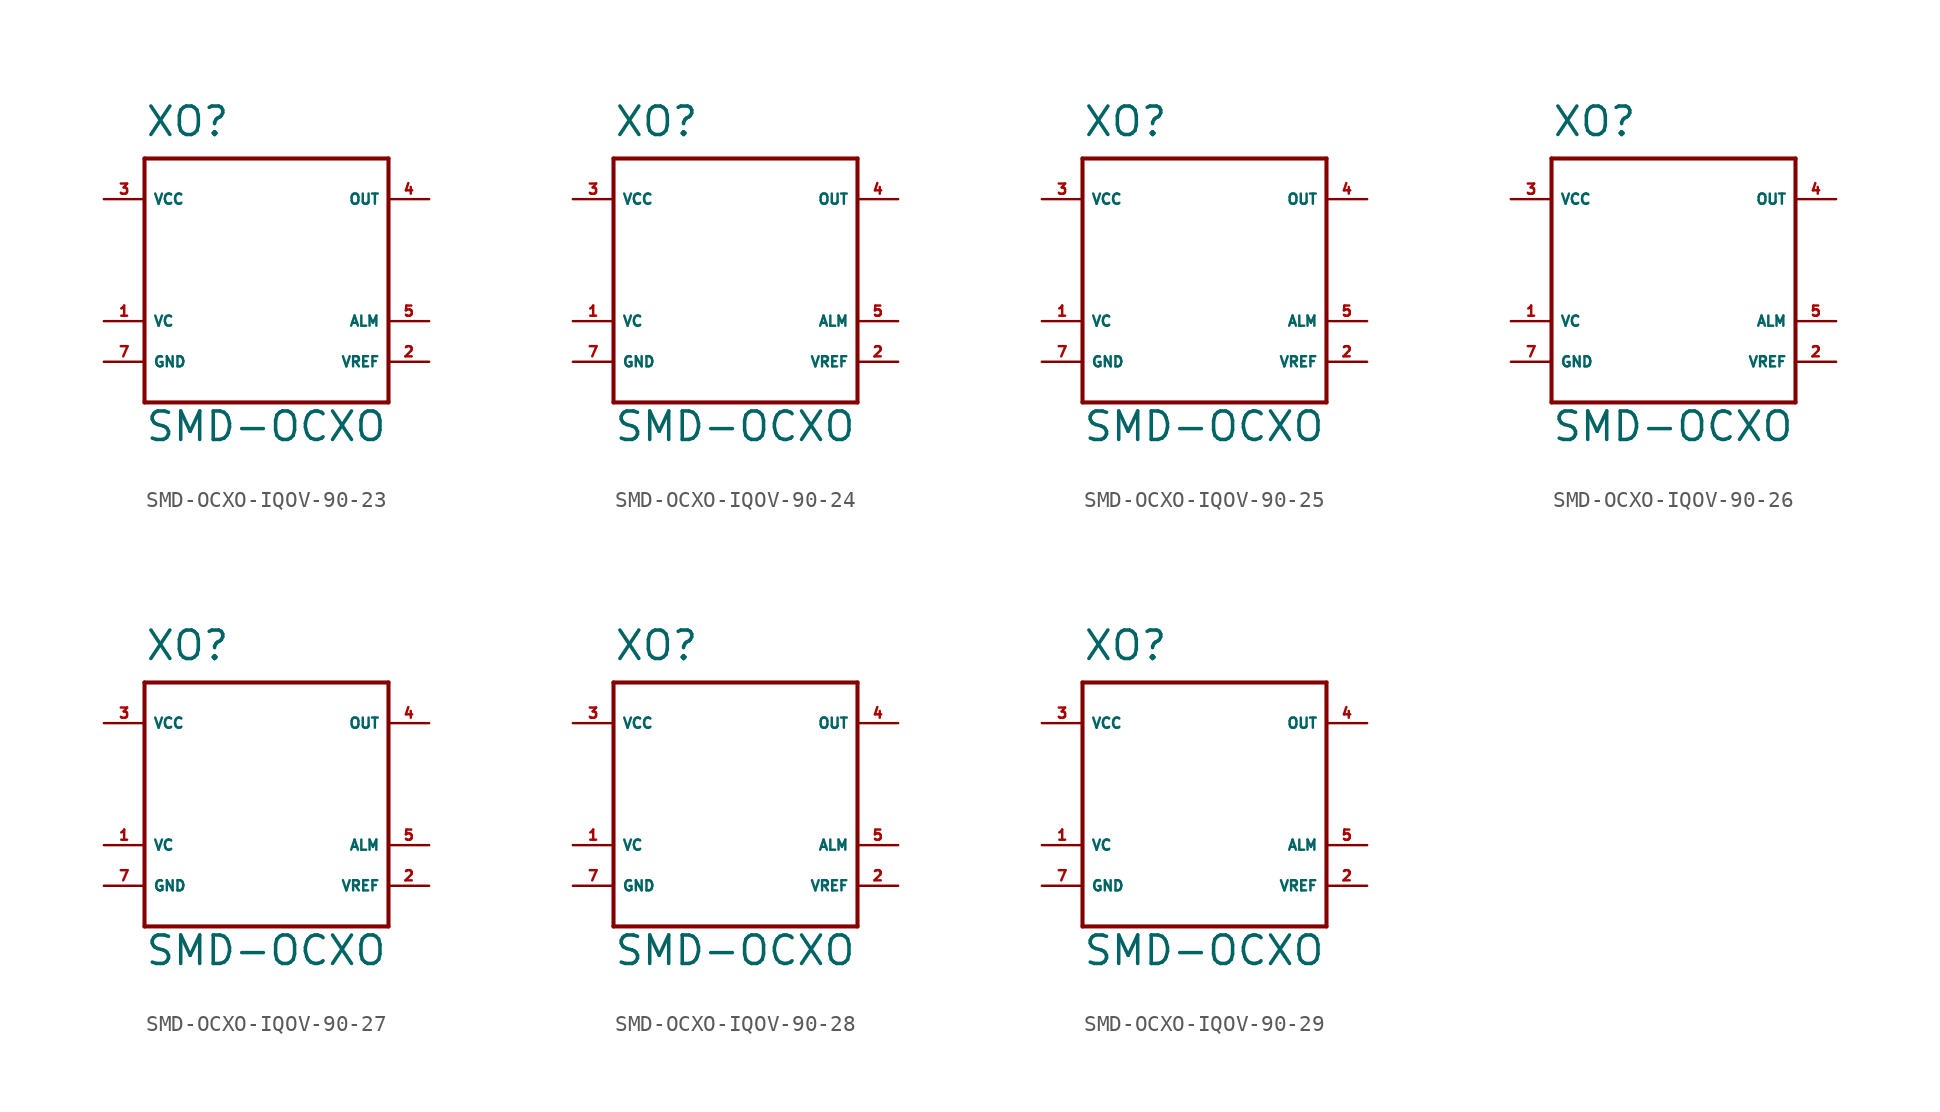
<source format=kicad_sym>
(kicad_symbol_lib
  (version 20220914)
  (generator Eagle2Kicad)
  (symbol "SMD-OCXO-IQOV-90-23"
    (property "Reference" "XO"
      (at -7.62 6.35 0)
      (effects (font (size 1.778 1.778) (thickness 0.22)) (justify left bottom)))
    (property "Value" "SMD-OCXO"
      (at -7.62 -12.7 0)
      (effects (font (size 1.778 1.778) (thickness 0.22)) (justify left bottom)))
    (polyline
      (pts (xy -7.62 5.08) (xy -7.62 -10.16))
      (stroke (width 0.254) (type default))
      (fill (type none)))
    (polyline
      (pts (xy -7.62 -10.16) (xy 7.62 -10.16))
      (stroke (width 0.254) (type default))
      (fill (type none)))
    (polyline
      (pts (xy 7.62 -10.16) (xy 7.62 5.08))
      (stroke (width 0.254) (type default))
      (fill (type none)))
    (polyline
      (pts (xy 7.62 5.08) (xy -7.62 5.08))
      (stroke (width 0.254) (type default))
      (fill (type none)))
    (pin unspecified line
      (at -10.16 2.54 0)
      (length 2.54)
      (name "VCC" (effects (font (size 0.635 0.635) (thickness 0.08)) (justify left bottom)))
      (number "3" (effects (font (size 0.635 0.635) (thickness 0.08)) (justify left bottom))))
    (pin output line
      (at 10.16 -7.62 180)
      (length 2.54)
      (name "VREF" (effects (font (size 0.635 0.635) (thickness 0.08)) (justify left bottom)))
      (number "2" (effects (font (size 0.635 0.635) (thickness 0.08)) (justify left bottom))))
    (pin output line
      (at 10.16 2.54 180)
      (length 2.54)
      (name "OUT" (effects (font (size 0.635 0.635) (thickness 0.08)) (justify left bottom)))
      (number "4" (effects (font (size 0.635 0.635) (thickness 0.08)) (justify left bottom))))
    (pin input line
      (at -10.16 -5.08 0)
      (length 2.54)
      (name "VC" (effects (font (size 0.635 0.635) (thickness 0.08)) (justify left bottom)))
      (number "1" (effects (font (size 0.635 0.635) (thickness 0.08)) (justify left bottom))))
    (pin unspecified line
      (at -10.16 -7.62 0)
      (length 2.54)
      (name "GND" (effects (font (size 0.635 0.635) (thickness 0.08)) (justify left bottom)))
      (number "7" (effects (font (size 0.635 0.635) (thickness 0.08)) (justify left bottom))))
    (pin output line
      (at 10.16 -5.08 180)
      (length 2.54)
      (name "ALM" (effects (font (size 0.635 0.635) (thickness 0.08)) (justify left bottom)))
      (number "5" (effects (font (size 0.635 0.635) (thickness 0.08)) (justify left bottom)))))
  (symbol "SMD-OCXO-IQOV-90-24"
    (property "Reference" "XO"
      (at -7.62 6.35 0)
      (effects (font (size 1.778 1.778) (thickness 0.22)) (justify left bottom)))
    (property "Value" "SMD-OCXO"
      (at -7.62 -12.7 0)
      (effects (font (size 1.778 1.778) (thickness 0.22)) (justify left bottom)))
    (polyline
      (pts (xy -7.62 5.08) (xy -7.62 -10.16))
      (stroke (width 0.254) (type default))
      (fill (type none)))
    (polyline
      (pts (xy -7.62 -10.16) (xy 7.62 -10.16))
      (stroke (width 0.254) (type default))
      (fill (type none)))
    (polyline
      (pts (xy 7.62 -10.16) (xy 7.62 5.08))
      (stroke (width 0.254) (type default))
      (fill (type none)))
    (polyline
      (pts (xy 7.62 5.08) (xy -7.62 5.08))
      (stroke (width 0.254) (type default))
      (fill (type none)))
    (pin unspecified line
      (at -10.16 2.54 0)
      (length 2.54)
      (name "VCC" (effects (font (size 0.635 0.635) (thickness 0.08)) (justify left bottom)))
      (number "3" (effects (font (size 0.635 0.635) (thickness 0.08)) (justify left bottom))))
    (pin output line
      (at 10.16 -7.62 180)
      (length 2.54)
      (name "VREF" (effects (font (size 0.635 0.635) (thickness 0.08)) (justify left bottom)))
      (number "2" (effects (font (size 0.635 0.635) (thickness 0.08)) (justify left bottom))))
    (pin output line
      (at 10.16 2.54 180)
      (length 2.54)
      (name "OUT" (effects (font (size 0.635 0.635) (thickness 0.08)) (justify left bottom)))
      (number "4" (effects (font (size 0.635 0.635) (thickness 0.08)) (justify left bottom))))
    (pin input line
      (at -10.16 -5.08 0)
      (length 2.54)
      (name "VC" (effects (font (size 0.635 0.635) (thickness 0.08)) (justify left bottom)))
      (number "1" (effects (font (size 0.635 0.635) (thickness 0.08)) (justify left bottom))))
    (pin unspecified line
      (at -10.16 -7.62 0)
      (length 2.54)
      (name "GND" (effects (font (size 0.635 0.635) (thickness 0.08)) (justify left bottom)))
      (number "7" (effects (font (size 0.635 0.635) (thickness 0.08)) (justify left bottom))))
    (pin output line
      (at 10.16 -5.08 180)
      (length 2.54)
      (name "ALM" (effects (font (size 0.635 0.635) (thickness 0.08)) (justify left bottom)))
      (number "5" (effects (font (size 0.635 0.635) (thickness 0.08)) (justify left bottom)))))
  (symbol "SMD-OCXO-IQOV-90-25"
    (property "Reference" "XO"
      (at -7.62 6.35 0)
      (effects (font (size 1.778 1.778) (thickness 0.22)) (justify left bottom)))
    (property "Value" "SMD-OCXO"
      (at -7.62 -12.7 0)
      (effects (font (size 1.778 1.778) (thickness 0.22)) (justify left bottom)))
    (polyline
      (pts (xy -7.62 5.08) (xy -7.62 -10.16))
      (stroke (width 0.254) (type default))
      (fill (type none)))
    (polyline
      (pts (xy -7.62 -10.16) (xy 7.62 -10.16))
      (stroke (width 0.254) (type default))
      (fill (type none)))
    (polyline
      (pts (xy 7.62 -10.16) (xy 7.62 5.08))
      (stroke (width 0.254) (type default))
      (fill (type none)))
    (polyline
      (pts (xy 7.62 5.08) (xy -7.62 5.08))
      (stroke (width 0.254) (type default))
      (fill (type none)))
    (pin unspecified line
      (at -10.16 2.54 0)
      (length 2.54)
      (name "VCC" (effects (font (size 0.635 0.635) (thickness 0.08)) (justify left bottom)))
      (number "3" (effects (font (size 0.635 0.635) (thickness 0.08)) (justify left bottom))))
    (pin output line
      (at 10.16 -7.62 180)
      (length 2.54)
      (name "VREF" (effects (font (size 0.635 0.635) (thickness 0.08)) (justify left bottom)))
      (number "2" (effects (font (size 0.635 0.635) (thickness 0.08)) (justify left bottom))))
    (pin output line
      (at 10.16 2.54 180)
      (length 2.54)
      (name "OUT" (effects (font (size 0.635 0.635) (thickness 0.08)) (justify left bottom)))
      (number "4" (effects (font (size 0.635 0.635) (thickness 0.08)) (justify left bottom))))
    (pin input line
      (at -10.16 -5.08 0)
      (length 2.54)
      (name "VC" (effects (font (size 0.635 0.635) (thickness 0.08)) (justify left bottom)))
      (number "1" (effects (font (size 0.635 0.635) (thickness 0.08)) (justify left bottom))))
    (pin unspecified line
      (at -10.16 -7.62 0)
      (length 2.54)
      (name "GND" (effects (font (size 0.635 0.635) (thickness 0.08)) (justify left bottom)))
      (number "7" (effects (font (size 0.635 0.635) (thickness 0.08)) (justify left bottom))))
    (pin output line
      (at 10.16 -5.08 180)
      (length 2.54)
      (name "ALM" (effects (font (size 0.635 0.635) (thickness 0.08)) (justify left bottom)))
      (number "5" (effects (font (size 0.635 0.635) (thickness 0.08)) (justify left bottom)))))
  (symbol "SMD-OCXO-IQOV-90-26"
    (property "Reference" "XO"
      (at -7.62 6.35 0)
      (effects (font (size 1.778 1.778) (thickness 0.22)) (justify left bottom)))
    (property "Value" "SMD-OCXO"
      (at -7.62 -12.7 0)
      (effects (font (size 1.778 1.778) (thickness 0.22)) (justify left bottom)))
    (polyline
      (pts (xy -7.62 5.08) (xy -7.62 -10.16))
      (stroke (width 0.254) (type default))
      (fill (type none)))
    (polyline
      (pts (xy -7.62 -10.16) (xy 7.62 -10.16))
      (stroke (width 0.254) (type default))
      (fill (type none)))
    (polyline
      (pts (xy 7.62 -10.16) (xy 7.62 5.08))
      (stroke (width 0.254) (type default))
      (fill (type none)))
    (polyline
      (pts (xy 7.62 5.08) (xy -7.62 5.08))
      (stroke (width 0.254) (type default))
      (fill (type none)))
    (pin unspecified line
      (at -10.16 2.54 0)
      (length 2.54)
      (name "VCC" (effects (font (size 0.635 0.635) (thickness 0.08)) (justify left bottom)))
      (number "3" (effects (font (size 0.635 0.635) (thickness 0.08)) (justify left bottom))))
    (pin output line
      (at 10.16 -7.62 180)
      (length 2.54)
      (name "VREF" (effects (font (size 0.635 0.635) (thickness 0.08)) (justify left bottom)))
      (number "2" (effects (font (size 0.635 0.635) (thickness 0.08)) (justify left bottom))))
    (pin output line
      (at 10.16 2.54 180)
      (length 2.54)
      (name "OUT" (effects (font (size 0.635 0.635) (thickness 0.08)) (justify left bottom)))
      (number "4" (effects (font (size 0.635 0.635) (thickness 0.08)) (justify left bottom))))
    (pin input line
      (at -10.16 -5.08 0)
      (length 2.54)
      (name "VC" (effects (font (size 0.635 0.635) (thickness 0.08)) (justify left bottom)))
      (number "1" (effects (font (size 0.635 0.635) (thickness 0.08)) (justify left bottom))))
    (pin unspecified line
      (at -10.16 -7.62 0)
      (length 2.54)
      (name "GND" (effects (font (size 0.635 0.635) (thickness 0.08)) (justify left bottom)))
      (number "7" (effects (font (size 0.635 0.635) (thickness 0.08)) (justify left bottom))))
    (pin output line
      (at 10.16 -5.08 180)
      (length 2.54)
      (name "ALM" (effects (font (size 0.635 0.635) (thickness 0.08)) (justify left bottom)))
      (number "5" (effects (font (size 0.635 0.635) (thickness 0.08)) (justify left bottom)))))
  (symbol "SMD-OCXO-IQOV-90-27"
    (property "Reference" "XO"
      (at -7.62 6.35 0)
      (effects (font (size 1.778 1.778) (thickness 0.22)) (justify left bottom)))
    (property "Value" "SMD-OCXO"
      (at -7.62 -12.7 0)
      (effects (font (size 1.778 1.778) (thickness 0.22)) (justify left bottom)))
    (polyline
      (pts (xy -7.62 5.08) (xy -7.62 -10.16))
      (stroke (width 0.254) (type default))
      (fill (type none)))
    (polyline
      (pts (xy -7.62 -10.16) (xy 7.62 -10.16))
      (stroke (width 0.254) (type default))
      (fill (type none)))
    (polyline
      (pts (xy 7.62 -10.16) (xy 7.62 5.08))
      (stroke (width 0.254) (type default))
      (fill (type none)))
    (polyline
      (pts (xy 7.62 5.08) (xy -7.62 5.08))
      (stroke (width 0.254) (type default))
      (fill (type none)))
    (pin unspecified line
      (at -10.16 2.54 0)
      (length 2.54)
      (name "VCC" (effects (font (size 0.635 0.635) (thickness 0.08)) (justify left bottom)))
      (number "3" (effects (font (size 0.635 0.635) (thickness 0.08)) (justify left bottom))))
    (pin output line
      (at 10.16 -7.62 180)
      (length 2.54)
      (name "VREF" (effects (font (size 0.635 0.635) (thickness 0.08)) (justify left bottom)))
      (number "2" (effects (font (size 0.635 0.635) (thickness 0.08)) (justify left bottom))))
    (pin output line
      (at 10.16 2.54 180)
      (length 2.54)
      (name "OUT" (effects (font (size 0.635 0.635) (thickness 0.08)) (justify left bottom)))
      (number "4" (effects (font (size 0.635 0.635) (thickness 0.08)) (justify left bottom))))
    (pin input line
      (at -10.16 -5.08 0)
      (length 2.54)
      (name "VC" (effects (font (size 0.635 0.635) (thickness 0.08)) (justify left bottom)))
      (number "1" (effects (font (size 0.635 0.635) (thickness 0.08)) (justify left bottom))))
    (pin unspecified line
      (at -10.16 -7.62 0)
      (length 2.54)
      (name "GND" (effects (font (size 0.635 0.635) (thickness 0.08)) (justify left bottom)))
      (number "7" (effects (font (size 0.635 0.635) (thickness 0.08)) (justify left bottom))))
    (pin output line
      (at 10.16 -5.08 180)
      (length 2.54)
      (name "ALM" (effects (font (size 0.635 0.635) (thickness 0.08)) (justify left bottom)))
      (number "5" (effects (font (size 0.635 0.635) (thickness 0.08)) (justify left bottom)))))
  (symbol "SMD-OCXO-IQOV-90-28"
    (property "Reference" "XO"
      (at -7.62 6.35 0)
      (effects (font (size 1.778 1.778) (thickness 0.22)) (justify left bottom)))
    (property "Value" "SMD-OCXO"
      (at -7.62 -12.7 0)
      (effects (font (size 1.778 1.778) (thickness 0.22)) (justify left bottom)))
    (polyline
      (pts (xy -7.62 5.08) (xy -7.62 -10.16))
      (stroke (width 0.254) (type default))
      (fill (type none)))
    (polyline
      (pts (xy -7.62 -10.16) (xy 7.62 -10.16))
      (stroke (width 0.254) (type default))
      (fill (type none)))
    (polyline
      (pts (xy 7.62 -10.16) (xy 7.62 5.08))
      (stroke (width 0.254) (type default))
      (fill (type none)))
    (polyline
      (pts (xy 7.62 5.08) (xy -7.62 5.08))
      (stroke (width 0.254) (type default))
      (fill (type none)))
    (pin unspecified line
      (at -10.16 2.54 0)
      (length 2.54)
      (name "VCC" (effects (font (size 0.635 0.635) (thickness 0.08)) (justify left bottom)))
      (number "3" (effects (font (size 0.635 0.635) (thickness 0.08)) (justify left bottom))))
    (pin output line
      (at 10.16 -7.62 180)
      (length 2.54)
      (name "VREF" (effects (font (size 0.635 0.635) (thickness 0.08)) (justify left bottom)))
      (number "2" (effects (font (size 0.635 0.635) (thickness 0.08)) (justify left bottom))))
    (pin output line
      (at 10.16 2.54 180)
      (length 2.54)
      (name "OUT" (effects (font (size 0.635 0.635) (thickness 0.08)) (justify left bottom)))
      (number "4" (effects (font (size 0.635 0.635) (thickness 0.08)) (justify left bottom))))
    (pin input line
      (at -10.16 -5.08 0)
      (length 2.54)
      (name "VC" (effects (font (size 0.635 0.635) (thickness 0.08)) (justify left bottom)))
      (number "1" (effects (font (size 0.635 0.635) (thickness 0.08)) (justify left bottom))))
    (pin unspecified line
      (at -10.16 -7.62 0)
      (length 2.54)
      (name "GND" (effects (font (size 0.635 0.635) (thickness 0.08)) (justify left bottom)))
      (number "7" (effects (font (size 0.635 0.635) (thickness 0.08)) (justify left bottom))))
    (pin output line
      (at 10.16 -5.08 180)
      (length 2.54)
      (name "ALM" (effects (font (size 0.635 0.635) (thickness 0.08)) (justify left bottom)))
      (number "5" (effects (font (size 0.635 0.635) (thickness 0.08)) (justify left bottom)))))
  (symbol "SMD-OCXO-IQOV-90-29"
    (property "Reference" "XO"
      (at -7.62 6.35 0)
      (effects (font (size 1.778 1.778) (thickness 0.22)) (justify left bottom)))
    (property "Value" "SMD-OCXO"
      (at -7.62 -12.7 0)
      (effects (font (size 1.778 1.778) (thickness 0.22)) (justify left bottom)))
    (polyline
      (pts (xy -7.62 5.08) (xy -7.62 -10.16))
      (stroke (width 0.254) (type default))
      (fill (type none)))
    (polyline
      (pts (xy -7.62 -10.16) (xy 7.62 -10.16))
      (stroke (width 0.254) (type default))
      (fill (type none)))
    (polyline
      (pts (xy 7.62 -10.16) (xy 7.62 5.08))
      (stroke (width 0.254) (type default))
      (fill (type none)))
    (polyline
      (pts (xy 7.62 5.08) (xy -7.62 5.08))
      (stroke (width 0.254) (type default))
      (fill (type none)))
    (pin unspecified line
      (at -10.16 2.54 0)
      (length 2.54)
      (name "VCC" (effects (font (size 0.635 0.635) (thickness 0.08)) (justify left bottom)))
      (number "3" (effects (font (size 0.635 0.635) (thickness 0.08)) (justify left bottom))))
    (pin output line
      (at 10.16 -7.62 180)
      (length 2.54)
      (name "VREF" (effects (font (size 0.635 0.635) (thickness 0.08)) (justify left bottom)))
      (number "2" (effects (font (size 0.635 0.635) (thickness 0.08)) (justify left bottom))))
    (pin output line
      (at 10.16 2.54 180)
      (length 2.54)
      (name "OUT" (effects (font (size 0.635 0.635) (thickness 0.08)) (justify left bottom)))
      (number "4" (effects (font (size 0.635 0.635) (thickness 0.08)) (justify left bottom))))
    (pin input line
      (at -10.16 -5.08 0)
      (length 2.54)
      (name "VC" (effects (font (size 0.635 0.635) (thickness 0.08)) (justify left bottom)))
      (number "1" (effects (font (size 0.635 0.635) (thickness 0.08)) (justify left bottom))))
    (pin unspecified line
      (at -10.16 -7.62 0)
      (length 2.54)
      (name "GND" (effects (font (size 0.635 0.635) (thickness 0.08)) (justify left bottom)))
      (number "7" (effects (font (size 0.635 0.635) (thickness 0.08)) (justify left bottom))))
    (pin output line
      (at 10.16 -5.08 180)
      (length 2.54)
      (name "ALM" (effects (font (size 0.635 0.635) (thickness 0.08)) (justify left bottom)))
      (number "5" (effects (font (size 0.635 0.635) (thickness 0.08)) (justify left bottom))))))
</source>
